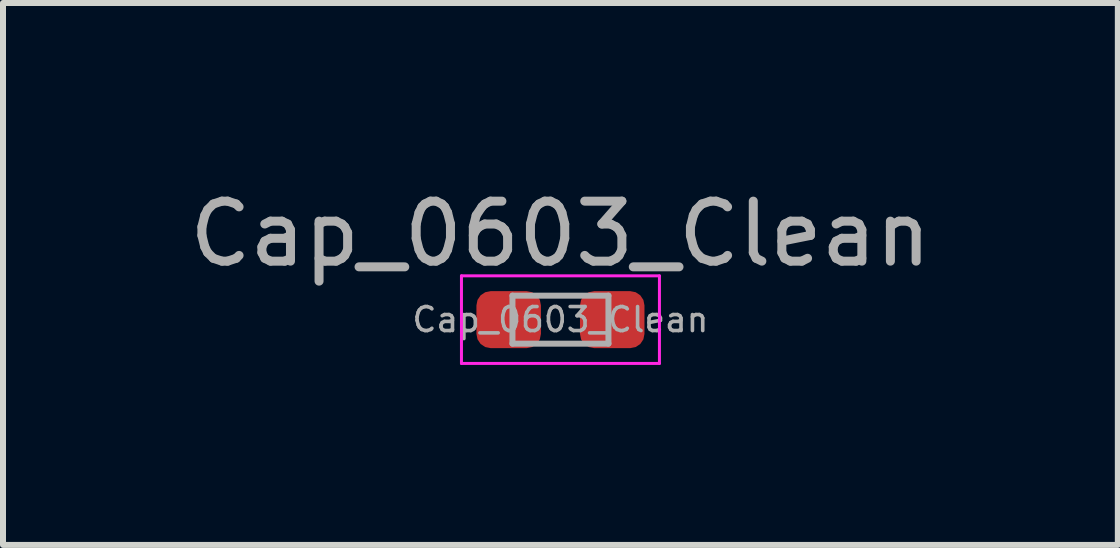
<source format=kicad_pcb>
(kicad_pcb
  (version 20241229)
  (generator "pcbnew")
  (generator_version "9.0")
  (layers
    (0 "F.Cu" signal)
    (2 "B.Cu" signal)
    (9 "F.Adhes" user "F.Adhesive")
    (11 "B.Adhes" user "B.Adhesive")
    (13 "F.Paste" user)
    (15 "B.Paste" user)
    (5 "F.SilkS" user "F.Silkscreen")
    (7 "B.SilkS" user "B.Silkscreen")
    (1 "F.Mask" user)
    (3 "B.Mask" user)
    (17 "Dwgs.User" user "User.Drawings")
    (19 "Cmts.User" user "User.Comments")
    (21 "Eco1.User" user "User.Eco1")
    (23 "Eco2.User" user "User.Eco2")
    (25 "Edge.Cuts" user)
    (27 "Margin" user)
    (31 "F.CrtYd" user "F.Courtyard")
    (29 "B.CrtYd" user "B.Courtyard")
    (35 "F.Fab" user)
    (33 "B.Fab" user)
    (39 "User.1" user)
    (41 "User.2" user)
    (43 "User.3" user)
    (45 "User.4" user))
  (footprint "Cap_0603_Clean"
    (layer "F.Cu")
    (at 6.292 2.278)
    (property "Reference" "Cap_0603_Clean" (at 0 -1.43 0) (layer "F.Fab") (effects (font (size 1 1) (thickness 0.15))))
    (attr smd)
    (fp_line (start -1.65 -0.73) (end 1.65 -0.73) (stroke (width 0.05) (type solid)) (layer "F.CrtYd"))
    (fp_line (start -1.65 0.73) (end -1.65 -0.73) (stroke (width 0.05) (type solid)) (layer "F.CrtYd"))
    (fp_line (start 1.65 -0.73) (end 1.65 0.73) (stroke (width 0.05) (type solid)) (layer "F.CrtYd"))
    (fp_line (start 1.65 0.73) (end -1.65 0.73) (stroke (width 0.05) (type solid)) (layer "F.CrtYd"))
    (fp_line (start -0.8 -0.4) (end 0.8 -0.4) (stroke (width 0.1) (type solid)) (layer "F.Fab"))
    (fp_line (start -0.8 0.4) (end -0.8 -0.4) (stroke (width 0.1) (type solid)) (layer "F.Fab"))
    (fp_line (start 0.8 -0.4) (end 0.8 0.4) (stroke (width 0.1) (type solid)) (layer "F.Fab"))
    (fp_line (start 0.8 0.4) (end -0.8 0.4) (stroke (width 0.1) (type solid)) (layer "F.Fab"))
    (fp_text user "${REFERENCE}" (at 0 0 0) (layer "F.Fab") (effects (font (size 0.4 0.4) (thickness 0.06))))
    (pad "1" smd roundrect (at -0.863 0) (size 1.075 0.95) (layers "F.Cu" "F.Mask" "F.Paste") (roundrect_rratio 0.25))
    (pad "2" smd roundrect (at 0.863 0) (size 1.075 0.95) (layers "F.Cu" "F.Mask" "F.Paste") (roundrect_rratio 0.25)))
  (gr_rect
    (start -3 -3)
    (end 15.583 6.033)
    (stroke (width 0.1) (type default))
    (fill no)
    (layer "Edge.Cuts")))
</source>
